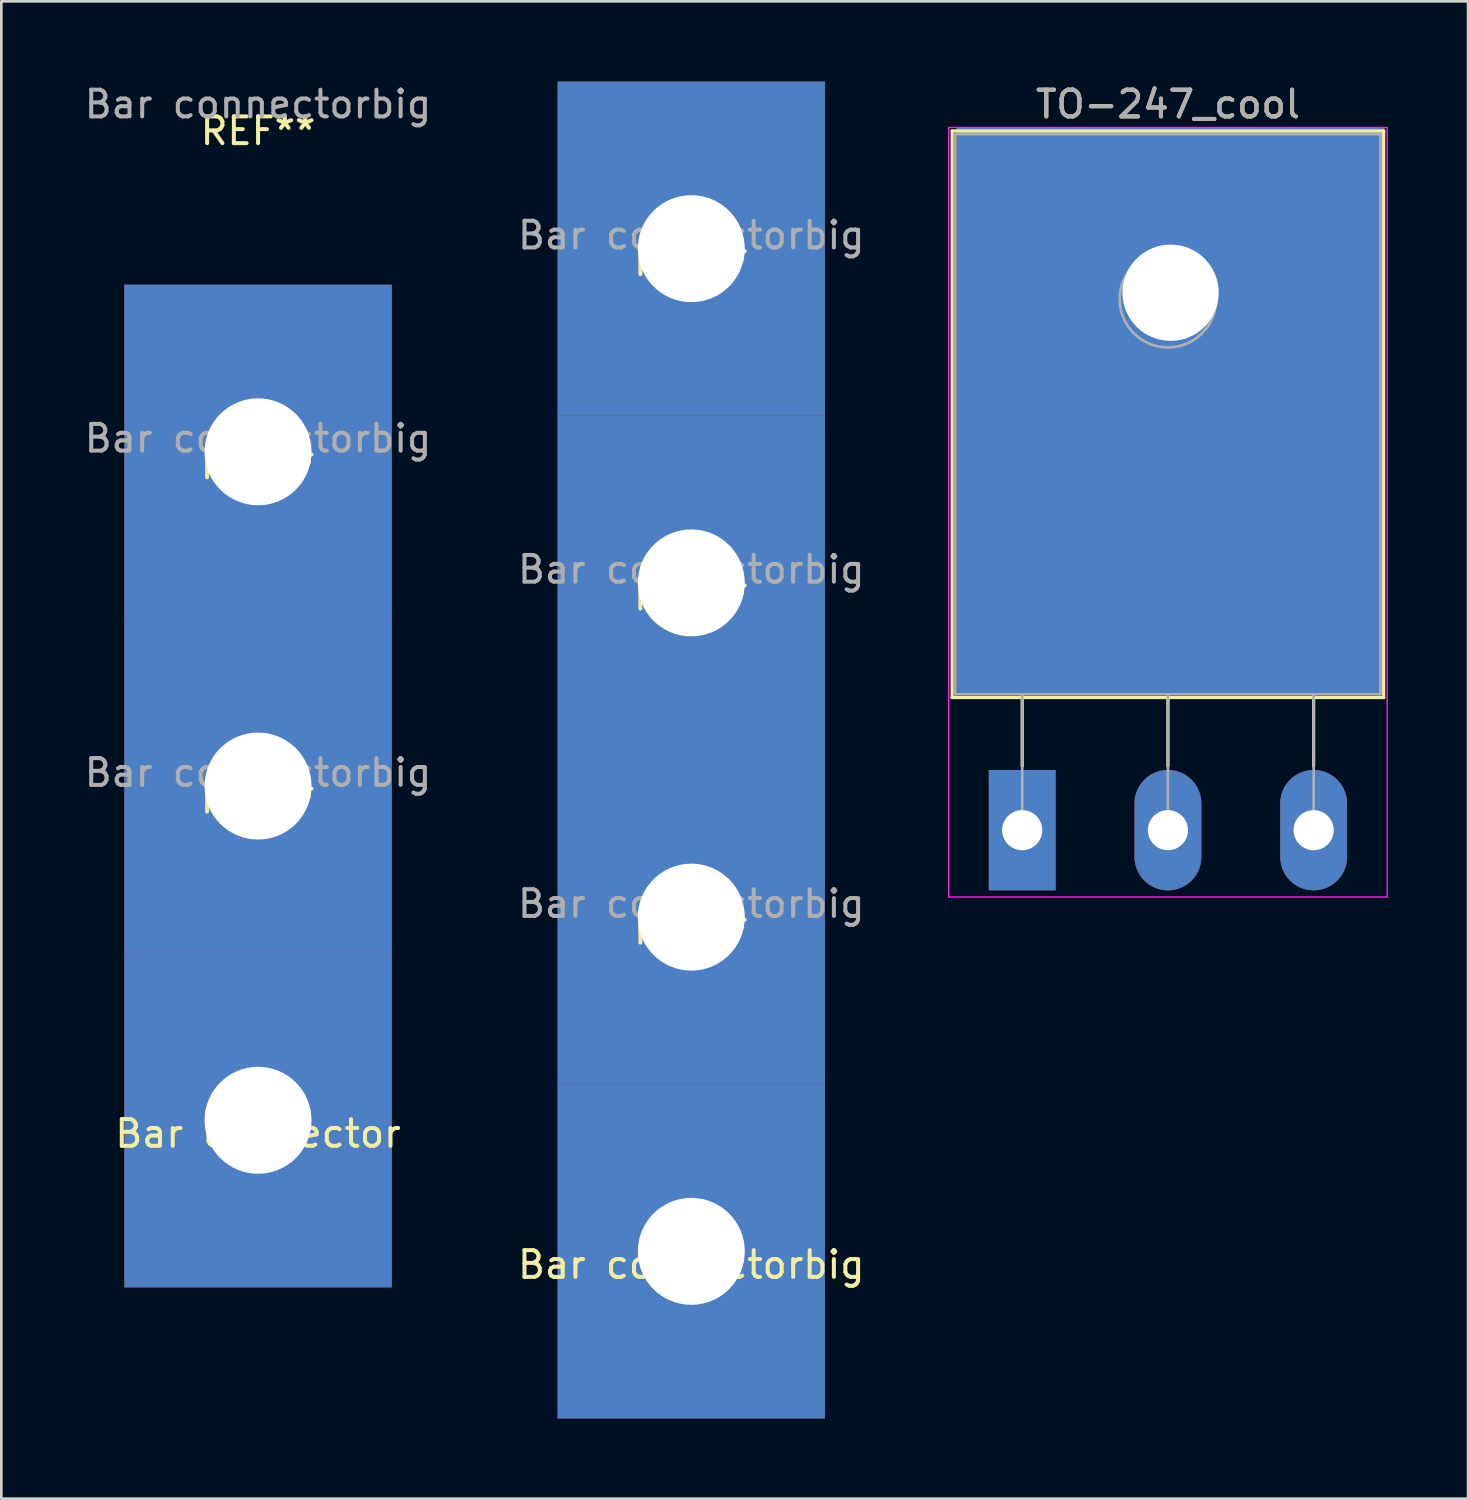
<source format=kicad_pcb>
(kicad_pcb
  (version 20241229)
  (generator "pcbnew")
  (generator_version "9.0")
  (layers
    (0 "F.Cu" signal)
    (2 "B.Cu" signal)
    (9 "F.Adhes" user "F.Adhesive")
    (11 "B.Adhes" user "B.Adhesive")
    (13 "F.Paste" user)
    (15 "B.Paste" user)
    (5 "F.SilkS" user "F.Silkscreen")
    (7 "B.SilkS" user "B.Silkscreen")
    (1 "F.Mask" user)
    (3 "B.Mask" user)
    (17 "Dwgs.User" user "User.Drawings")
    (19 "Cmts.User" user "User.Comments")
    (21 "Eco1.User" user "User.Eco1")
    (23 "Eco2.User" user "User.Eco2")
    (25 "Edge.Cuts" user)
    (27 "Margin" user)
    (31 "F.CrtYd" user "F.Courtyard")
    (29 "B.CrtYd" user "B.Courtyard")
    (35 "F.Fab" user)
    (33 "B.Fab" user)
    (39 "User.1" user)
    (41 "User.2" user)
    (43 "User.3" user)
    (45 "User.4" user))
  (footprint "TO-247_cool"
    (layer "F.Cu")
    (at 35.18 27.998)
    (property "Reference" "TO-247_cool" (at 5.45 -27.15 0) (layer "F.SilkS") (effects (font (size 1 1) (thickness 0.15))))
    (attr through_hole)
    (fp_line (start -2.62 -26.15) (end -2.62 -4.96) (stroke (width 0.12) (type solid)) (layer "F.SilkS"))
    (fp_line (start -2.62 -26.15) (end 13.52 -26.15) (stroke (width 0.12) (type solid)) (layer "F.SilkS"))
    (fp_line (start -2.62 -4.96) (end 13.52 -4.96) (stroke (width 0.12) (type solid)) (layer "F.SilkS"))
    (fp_line (start 0 -4.96) (end 0 -2.4) (stroke (width 0.12) (type solid)) (layer "F.SilkS"))
    (fp_line (start 5.45 -4.96) (end 5.45 -2.4) (stroke (width 0.12) (type solid)) (layer "F.SilkS"))
    (fp_line (start 10.9 -4.96) (end 10.9 -2.4) (stroke (width 0.12) (type solid)) (layer "F.SilkS"))
    (fp_line (start 13.52 -26.15) (end 13.52 -4.96) (stroke (width 0.12) (type solid)) (layer "F.SilkS"))
    (fp_line (start -2.75 -26.28) (end -2.75 2.5) (stroke (width 0.05) (type solid)) (layer "F.CrtYd"))
    (fp_line (start -2.75 2.5) (end 13.65 2.5) (stroke (width 0.05) (type solid)) (layer "F.CrtYd"))
    (fp_line (start 13.65 -26.28) (end -2.75 -26.28) (stroke (width 0.05) (type solid)) (layer "F.CrtYd"))
    (fp_line (start 13.65 2.5) (end 13.65 -26.28) (stroke (width 0.05) (type solid)) (layer "F.CrtYd"))
    (fp_line (start -2.5 -26.03) (end 13.4 -26.03) (stroke (width 0.1) (type solid)) (layer "F.Fab"))
    (fp_line (start -2.5 -5.08) (end -2.5 -26.03) (stroke (width 0.1) (type solid)) (layer "F.Fab"))
    (fp_line (start 0 -5.08) (end 0 0) (stroke (width 0.1) (type solid)) (layer "F.Fab"))
    (fp_line (start 5.45 -5.08) (end 5.45 0) (stroke (width 0.1) (type solid)) (layer "F.Fab"))
    (fp_line (start 10.9 -5.08) (end 10.9 0) (stroke (width 0.1) (type solid)) (layer "F.Fab"))
    (fp_line (start 13.4 -26.03) (end 13.4 -5.08) (stroke (width 0.1) (type solid)) (layer "F.Fab"))
    (fp_line (start 13.4 -5.08) (end -2.5 -5.08) (stroke (width 0.1) (type solid)) (layer "F.Fab"))
    (fp_circle (center 5.45 -19.86) (end 7.255 -19.86) (stroke (width 0.1) (type solid)) (fill no) (layer "F.Fab"))
    (fp_text user "${REFERENCE}" (at 5.45 -27.15 0) (layer "F.Fab") (effects (font (size 1 1) (thickness 0.15))))
    (pad "1" thru_hole rect (at 0 0) (size 2.5 4.5) (drill 1.5) (layers "*.Cu" "*.Mask"))
    (pad "2" thru_hole oval (at 5.45 0) (size 2.5 4.5) (drill 1.5) (layers "*.Cu" "*.Mask"))
    (pad "3" thru_hole oval (at 10.9 0) (size 2.5 4.5) (drill 1.5) (layers "*.Cu" "*.Mask"))
    (pad "4" thru_hole rect (at 5.55 -20.1) (size 16 21.2) (drill 3.6 (offset 0 4.42)) (layers "*.Cu" "*.Mask")))
  (footprint "Bar connectorbig"
    (layer "F.Cu")
    (at 22.804 43.75)
    (property "Reference" "Bar connectorbig" (at 0 0.5 0) (layer "F.SilkS") (effects (font (size 1 1) (thickness 0.15))))
    (attr through_hole)
    (fp_text user "REF**" (at 0 -37 0) (layer "F.SilkS") (effects (font (size 1 1) (thickness 0.15))))
    (fp_text user "REF**" (at 0 -24.5 0) (layer "F.SilkS") (effects (font (size 1 1) (thickness 0.15))))
    (fp_text user "REF**" (at 0 -12 0) (layer "F.SilkS") (effects (font (size 1 1) (thickness 0.15))))
    (fp_text user "Bar connectorbig" (at 0 -25.5 0) (layer "F.Fab") (effects (font (size 1 1) (thickness 0.15))))
    (fp_text user "Bar connectorbig" (at 0 -13 0) (layer "F.Fab") (effects (font (size 1 1) (thickness 0.15))))
    (fp_text user "Bar connectorbig" (at 0 -38 0) (layer "F.Fab") (effects (font (size 1 1) (thickness 0.15))))
    (pad "1" thru_hole rect (at 0 -37.5) (size 10 12.5) (drill 4) (layers "*.Cu" "*.Mask"))
    (pad "1" thru_hole rect (at 0 -25) (size 10 12.5) (drill 4) (layers "*.Cu" "*.Mask"))
    (pad "1" thru_hole rect (at 0 -12.5) (size 10 12.5) (drill 4) (layers "*.Cu" "*.Mask"))
    (pad "1" thru_hole rect (at 0 0) (size 10 12.5) (drill 4) (layers "*.Cu" "*.Mask")))
  (footprint "Bar connector"
    (layer "F.Cu")
    (at 6.601 38.848)
    (property "Reference" "Bar connector" (at 0 0.5 0) (layer "F.SilkS") (effects (font (size 1 1) (thickness 0.15))))
    (attr through_hole)
    (fp_text user "REF**" (at 0 -12 0) (layer "F.SilkS") (effects (font (size 1 1) (thickness 0.15))))
    (fp_text user "REF**" (at 0 -37 0) (layer "F.SilkS") (effects (font (size 1 1) (thickness 0.15))))
    (fp_text user "REF**" (at 0 -24.5 0) (layer "F.SilkS") (effects (font (size 1 1) (thickness 0.15))))
    (fp_text user "Bar connectorbig" (at 0 -25.5 0) (layer "F.Fab") (effects (font (size 1 1) (thickness 0.15))))
    (fp_text user "Bar connectorbig" (at 0 -13 0) (layer "F.Fab") (effects (font (size 1 1) (thickness 0.15))))
    (fp_text user "Bar connectorbig" (at 0 -38 0) (layer "F.Fab") (effects (font (size 1 1) (thickness 0.15))))
    (pad "1" thru_hole rect (at 0 -25) (size 10 12.5) (drill 4) (layers "*.Cu" "*.Mask"))
    (pad "1" thru_hole rect (at 0 -12.5) (size 10 12.5) (drill 4) (layers "*.Cu" "*.Mask"))
    (pad "1" thru_hole rect (at 0 0) (size 10 12.5) (drill 4) (layers "*.Cu" "*.Mask")))
  (gr_rect
    (start -3 -3)
    (end 51.855 53)
    (stroke (width 0.1) (type default))
    (fill no)
    (layer "Edge.Cuts")))
</source>
